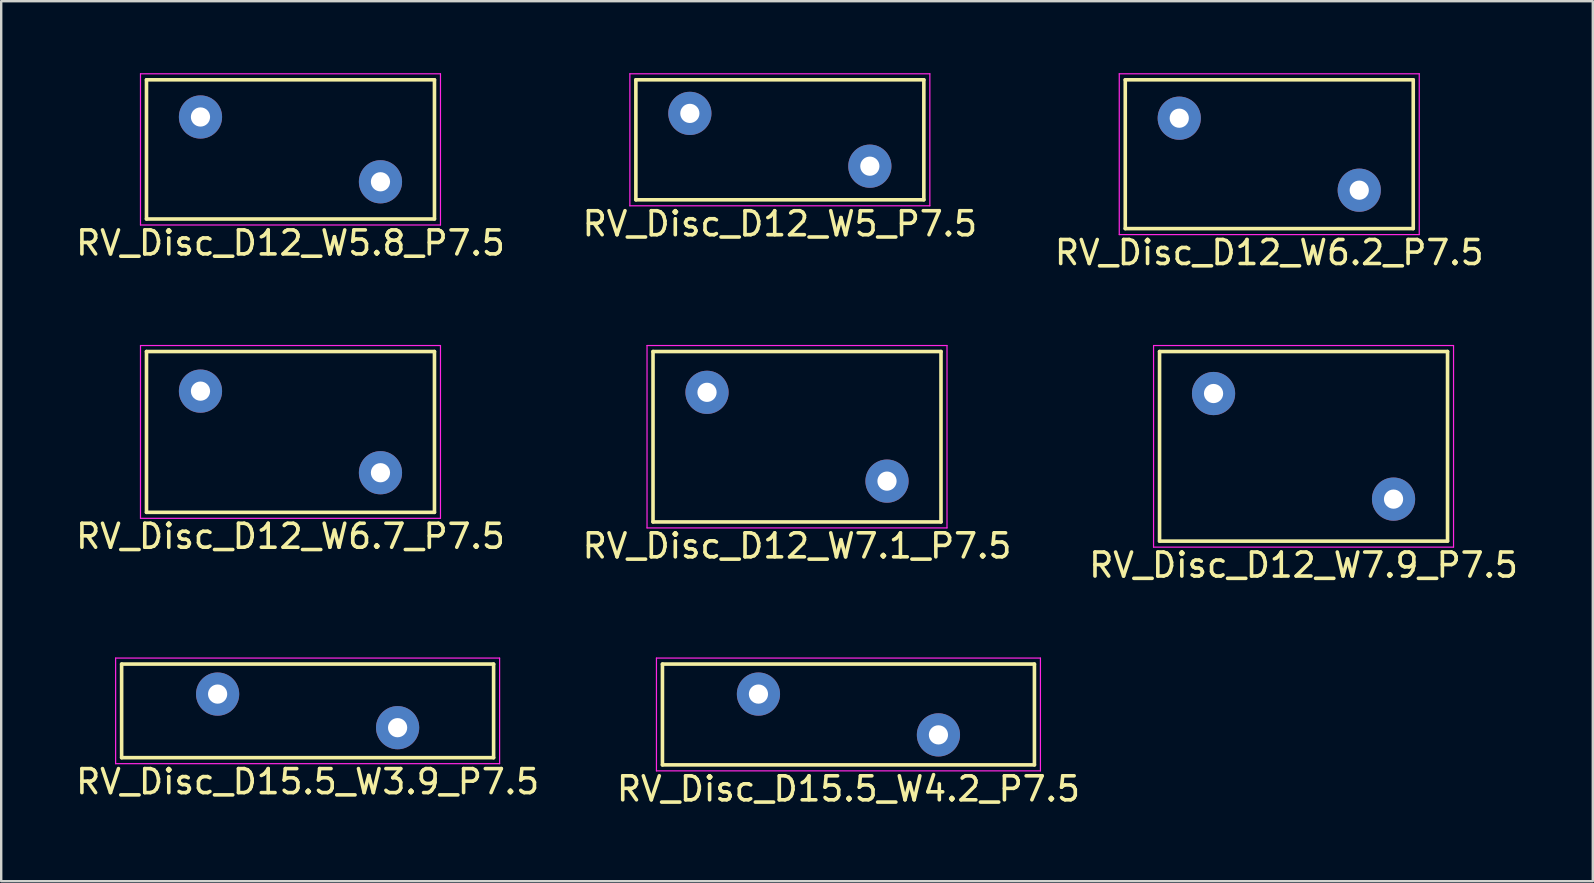
<source format=kicad_pcb>
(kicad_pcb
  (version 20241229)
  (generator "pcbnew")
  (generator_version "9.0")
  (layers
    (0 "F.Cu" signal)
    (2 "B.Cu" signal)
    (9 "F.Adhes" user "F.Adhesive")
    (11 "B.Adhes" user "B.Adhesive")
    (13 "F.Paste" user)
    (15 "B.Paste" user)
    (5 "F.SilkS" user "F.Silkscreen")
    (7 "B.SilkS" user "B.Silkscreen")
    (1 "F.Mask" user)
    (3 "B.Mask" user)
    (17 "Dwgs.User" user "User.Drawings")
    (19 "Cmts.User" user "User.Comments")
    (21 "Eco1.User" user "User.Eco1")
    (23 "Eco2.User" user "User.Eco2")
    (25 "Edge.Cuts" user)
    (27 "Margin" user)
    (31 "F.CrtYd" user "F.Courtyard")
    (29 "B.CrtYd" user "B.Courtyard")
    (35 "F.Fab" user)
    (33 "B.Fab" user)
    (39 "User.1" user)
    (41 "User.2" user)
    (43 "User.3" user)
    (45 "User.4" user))
  (footprint "RV_Disc_D12_W7.9_P7.5"
    (layer "F.Cu")
    (at 47.518 13.348)
    (property "Reference" "RV_Disc_D12_W7.9_P7.5" (at 3.75 7.15 0) (layer "F.SilkS") (effects (font (size 1 1) (thickness 0.15))))
    (attr through_hole)
    (fp_line (start -2.25 -1.75) (end -2.25 6.15) (stroke (width 0.15) (type solid)) (layer "F.SilkS"))
    (fp_line (start -2.25 -1.75) (end 9.75 -1.75) (stroke (width 0.15) (type solid)) (layer "F.SilkS"))
    (fp_line (start -2.25 6.15) (end 9.75 6.15) (stroke (width 0.15) (type solid)) (layer "F.SilkS"))
    (fp_line (start 9.75 -1.75) (end 9.75 6.15) (stroke (width 0.15) (type solid)) (layer "F.SilkS"))
    (fp_line (start -2.5 -2) (end -2.5 6.4) (stroke (width 0.05) (type solid)) (layer "F.CrtYd"))
    (fp_line (start -2.5 -2) (end 10 -2) (stroke (width 0.05) (type solid)) (layer "F.CrtYd"))
    (fp_line (start -2.5 6.4) (end 10 6.4) (stroke (width 0.05) (type solid)) (layer "F.CrtYd"))
    (fp_line (start 10 -2) (end 10 6.4) (stroke (width 0.05) (type solid)) (layer "F.CrtYd"))
    (pad "1" thru_hole circle (at 0 0) (size 1.8 1.8) (drill 0.8) (layers "*.Cu" "*.Mask"))
    (pad "2" thru_hole circle (at 7.5 4.4) (size 1.8 1.8) (drill 0.8) (layers "*.Cu" "*.Mask")))
  (footprint "RV_Disc_D12_W6.2_P7.5"
    (layer "F.Cu")
    (at 46.089 1.875)
    (property "Reference" "RV_Disc_D12_W6.2_P7.5" (at 3.75 5.6 0) (layer "F.SilkS") (effects (font (size 1 1) (thickness 0.15))))
    (attr through_hole)
    (fp_line (start -2.25 -1.6) (end -2.25 4.6) (stroke (width 0.15) (type solid)) (layer "F.SilkS"))
    (fp_line (start -2.25 -1.6) (end 9.75 -1.6) (stroke (width 0.15) (type solid)) (layer "F.SilkS"))
    (fp_line (start -2.25 4.6) (end 9.75 4.6) (stroke (width 0.15) (type solid)) (layer "F.SilkS"))
    (fp_line (start 9.75 -1.6) (end 9.75 4.6) (stroke (width 0.15) (type solid)) (layer "F.SilkS"))
    (fp_line (start -2.5 -1.85) (end -2.5 4.85) (stroke (width 0.05) (type solid)) (layer "F.CrtYd"))
    (fp_line (start -2.5 -1.85) (end 10 -1.85) (stroke (width 0.05) (type solid)) (layer "F.CrtYd"))
    (fp_line (start -2.5 4.85) (end 10 4.85) (stroke (width 0.05) (type solid)) (layer "F.CrtYd"))
    (fp_line (start 10 -1.85) (end 10 4.85) (stroke (width 0.05) (type solid)) (layer "F.CrtYd"))
    (pad "1" thru_hole circle (at 0 0) (size 1.8 1.8) (drill 0.8) (layers "*.Cu" "*.Mask"))
    (pad "2" thru_hole circle (at 7.5 3) (size 1.8 1.8) (drill 0.8) (layers "*.Cu" "*.Mask")))
  (footprint "RV_Disc_D15.5_W3.9_P7.5"
    (layer "F.Cu")
    (at 6.018 25.872)
    (property "Reference" "RV_Disc_D15.5_W3.9_P7.5" (at 3.75 3.65 0) (layer "F.SilkS") (effects (font (size 1 1) (thickness 0.15))))
    (attr through_hole)
    (fp_line (start -4 -1.25) (end -4 2.65) (stroke (width 0.15) (type solid)) (layer "F.SilkS"))
    (fp_line (start -4 -1.25) (end 11.5 -1.25) (stroke (width 0.15) (type solid)) (layer "F.SilkS"))
    (fp_line (start -4 2.65) (end 11.5 2.65) (stroke (width 0.15) (type solid)) (layer "F.SilkS"))
    (fp_line (start 11.5 -1.25) (end 11.5 2.65) (stroke (width 0.15) (type solid)) (layer "F.SilkS"))
    (fp_line (start -4.25 -1.5) (end -4.25 2.9) (stroke (width 0.05) (type solid)) (layer "F.CrtYd"))
    (fp_line (start -4.25 -1.5) (end 11.75 -1.5) (stroke (width 0.05) (type solid)) (layer "F.CrtYd"))
    (fp_line (start -4.25 2.9) (end 11.75 2.9) (stroke (width 0.05) (type solid)) (layer "F.CrtYd"))
    (fp_line (start 11.75 -1.5) (end 11.75 2.9) (stroke (width 0.05) (type solid)) (layer "F.CrtYd"))
    (pad "1" thru_hole circle (at 0 0) (size 1.8 1.8) (drill 0.8) (layers "*.Cu" "*.Mask"))
    (pad "2" thru_hole circle (at 7.5 1.4) (size 1.8 1.8) (drill 0.8) (layers "*.Cu" "*.Mask")))
  (footprint "RV_Disc_D12_W5_P7.5"
    (layer "F.Cu")
    (at 25.696 1.675)
    (property "Reference" "RV_Disc_D12_W5_P7.5" (at 3.75 4.6 0) (layer "F.SilkS") (effects (font (size 1 1) (thickness 0.15))))
    (attr through_hole)
    (fp_line (start -2.25 -1.4) (end -2.25 3.6) (stroke (width 0.15) (type solid)) (layer "F.SilkS"))
    (fp_line (start -2.25 -1.4) (end 9.75 -1.4) (stroke (width 0.15) (type solid)) (layer "F.SilkS"))
    (fp_line (start -2.25 3.6) (end 9.75 3.6) (stroke (width 0.15) (type solid)) (layer "F.SilkS"))
    (fp_line (start 9.75 -1.4) (end 9.75 3.6) (stroke (width 0.15) (type solid)) (layer "F.SilkS"))
    (fp_line (start -2.5 -1.65) (end -2.5 3.85) (stroke (width 0.05) (type solid)) (layer "F.CrtYd"))
    (fp_line (start -2.5 -1.65) (end 10 -1.65) (stroke (width 0.05) (type solid)) (layer "F.CrtYd"))
    (fp_line (start -2.5 3.85) (end 10 3.85) (stroke (width 0.05) (type solid)) (layer "F.CrtYd"))
    (fp_line (start 10 -1.65) (end 10 3.85) (stroke (width 0.05) (type solid)) (layer "F.CrtYd"))
    (pad "1" thru_hole circle (at 0 0) (size 1.8 1.8) (drill 0.8) (layers "*.Cu" "*.Mask"))
    (pad "2" thru_hole circle (at 7.5 2.2) (size 1.8 1.8) (drill 0.8) (layers "*.Cu" "*.Mask")))
  (footprint "RV_Disc_D15.5_W4.2_P7.5"
    (layer "F.Cu")
    (at 28.554 25.872)
    (property "Reference" "RV_Disc_D15.5_W4.2_P7.5" (at 3.75 3.95 0) (layer "F.SilkS") (effects (font (size 1 1) (thickness 0.15))))
    (attr through_hole)
    (fp_line (start -4 -1.25) (end -4 2.95) (stroke (width 0.15) (type solid)) (layer "F.SilkS"))
    (fp_line (start -4 -1.25) (end 11.5 -1.25) (stroke (width 0.15) (type solid)) (layer "F.SilkS"))
    (fp_line (start -4 2.95) (end 11.5 2.95) (stroke (width 0.15) (type solid)) (layer "F.SilkS"))
    (fp_line (start 11.5 -1.25) (end 11.5 2.95) (stroke (width 0.15) (type solid)) (layer "F.SilkS"))
    (fp_line (start -4.25 -1.5) (end -4.25 3.2) (stroke (width 0.05) (type solid)) (layer "F.CrtYd"))
    (fp_line (start -4.25 -1.5) (end 11.75 -1.5) (stroke (width 0.05) (type solid)) (layer "F.CrtYd"))
    (fp_line (start -4.25 3.2) (end 11.75 3.2) (stroke (width 0.05) (type solid)) (layer "F.CrtYd"))
    (fp_line (start 11.75 -1.5) (end 11.75 3.2) (stroke (width 0.05) (type solid)) (layer "F.CrtYd"))
    (pad "1" thru_hole circle (at 0 0) (size 1.8 1.8) (drill 0.8) (layers "*.Cu" "*.Mask"))
    (pad "2" thru_hole circle (at 7.5 1.7) (size 1.8 1.8) (drill 0.8) (layers "*.Cu" "*.Mask")))
  (footprint "RV_Disc_D12_W5.8_P7.5"
    (layer "F.Cu")
    (at 5.304 1.825)
    (property "Reference" "RV_Disc_D12_W5.8_P7.5" (at 3.75 5.25 0) (layer "F.SilkS") (effects (font (size 1 1) (thickness 0.15))))
    (attr through_hole)
    (fp_line (start -2.25 -1.55) (end -2.25 4.25) (stroke (width 0.15) (type solid)) (layer "F.SilkS"))
    (fp_line (start -2.25 -1.55) (end 9.75 -1.55) (stroke (width 0.15) (type solid)) (layer "F.SilkS"))
    (fp_line (start -2.25 4.25) (end 9.75 4.25) (stroke (width 0.15) (type solid)) (layer "F.SilkS"))
    (fp_line (start 9.75 -1.55) (end 9.75 4.25) (stroke (width 0.15) (type solid)) (layer "F.SilkS"))
    (fp_line (start -2.5 -1.8) (end -2.5 4.5) (stroke (width 0.05) (type solid)) (layer "F.CrtYd"))
    (fp_line (start -2.5 -1.8) (end 10 -1.8) (stroke (width 0.05) (type solid)) (layer "F.CrtYd"))
    (fp_line (start -2.5 4.5) (end 10 4.5) (stroke (width 0.05) (type solid)) (layer "F.CrtYd"))
    (fp_line (start 10 -1.8) (end 10 4.5) (stroke (width 0.05) (type solid)) (layer "F.CrtYd"))
    (pad "1" thru_hole circle (at 0 0) (size 1.8 1.8) (drill 0.8) (layers "*.Cu" "*.Mask"))
    (pad "2" thru_hole circle (at 7.5 2.7) (size 1.8 1.8) (drill 0.8) (layers "*.Cu" "*.Mask")))
  (footprint "RV_Disc_D12_W6.7_P7.5"
    (layer "F.Cu")
    (at 5.304 13.248)
    (property "Reference" "RV_Disc_D12_W6.7_P7.5" (at 3.75 6.05 0) (layer "F.SilkS") (effects (font (size 1 1) (thickness 0.15))))
    (attr through_hole)
    (fp_line (start -2.25 -1.65) (end -2.25 5.05) (stroke (width 0.15) (type solid)) (layer "F.SilkS"))
    (fp_line (start -2.25 -1.65) (end 9.75 -1.65) (stroke (width 0.15) (type solid)) (layer "F.SilkS"))
    (fp_line (start -2.25 5.05) (end 9.75 5.05) (stroke (width 0.15) (type solid)) (layer "F.SilkS"))
    (fp_line (start 9.75 -1.65) (end 9.75 5.05) (stroke (width 0.15) (type solid)) (layer "F.SilkS"))
    (fp_line (start -2.5 -1.9) (end -2.5 5.3) (stroke (width 0.05) (type solid)) (layer "F.CrtYd"))
    (fp_line (start -2.5 -1.9) (end 10 -1.9) (stroke (width 0.05) (type solid)) (layer "F.CrtYd"))
    (fp_line (start -2.5 5.3) (end 10 5.3) (stroke (width 0.05) (type solid)) (layer "F.CrtYd"))
    (fp_line (start 10 -1.9) (end 10 5.3) (stroke (width 0.05) (type solid)) (layer "F.CrtYd"))
    (pad "1" thru_hole circle (at 0 0) (size 1.8 1.8) (drill 0.8) (layers "*.Cu" "*.Mask"))
    (pad "2" thru_hole circle (at 7.5 3.4) (size 1.8 1.8) (drill 0.8) (layers "*.Cu" "*.Mask")))
  (footprint "RV_Disc_D12_W7.1_P7.5"
    (layer "F.Cu")
    (at 26.411 13.298)
    (property "Reference" "RV_Disc_D12_W7.1_P7.5" (at 3.75 6.4 0) (layer "F.SilkS") (effects (font (size 1 1) (thickness 0.15))))
    (attr through_hole)
    (fp_line (start -2.25 -1.7) (end -2.25 5.4) (stroke (width 0.15) (type solid)) (layer "F.SilkS"))
    (fp_line (start -2.25 -1.7) (end 9.75 -1.7) (stroke (width 0.15) (type solid)) (layer "F.SilkS"))
    (fp_line (start -2.25 5.4) (end 9.75 5.4) (stroke (width 0.15) (type solid)) (layer "F.SilkS"))
    (fp_line (start 9.75 -1.7) (end 9.75 5.4) (stroke (width 0.15) (type solid)) (layer "F.SilkS"))
    (fp_line (start -2.5 -1.95) (end -2.5 5.65) (stroke (width 0.05) (type solid)) (layer "F.CrtYd"))
    (fp_line (start -2.5 -1.95) (end 10 -1.95) (stroke (width 0.05) (type solid)) (layer "F.CrtYd"))
    (fp_line (start -2.5 5.65) (end 10 5.65) (stroke (width 0.05) (type solid)) (layer "F.CrtYd"))
    (fp_line (start 10 -1.95) (end 10 5.65) (stroke (width 0.05) (type solid)) (layer "F.CrtYd"))
    (pad "1" thru_hole circle (at 0 0) (size 1.8 1.8) (drill 0.8) (layers "*.Cu" "*.Mask"))
    (pad "2" thru_hole circle (at 7.5 3.7) (size 1.8 1.8) (drill 0.8) (layers "*.Cu" "*.Mask")))
  (gr_rect
    (start -3 -3)
    (end 63.321 33.67)
    (stroke (width 0.1) (type default))
    (fill no)
    (layer "Edge.Cuts")))
</source>
